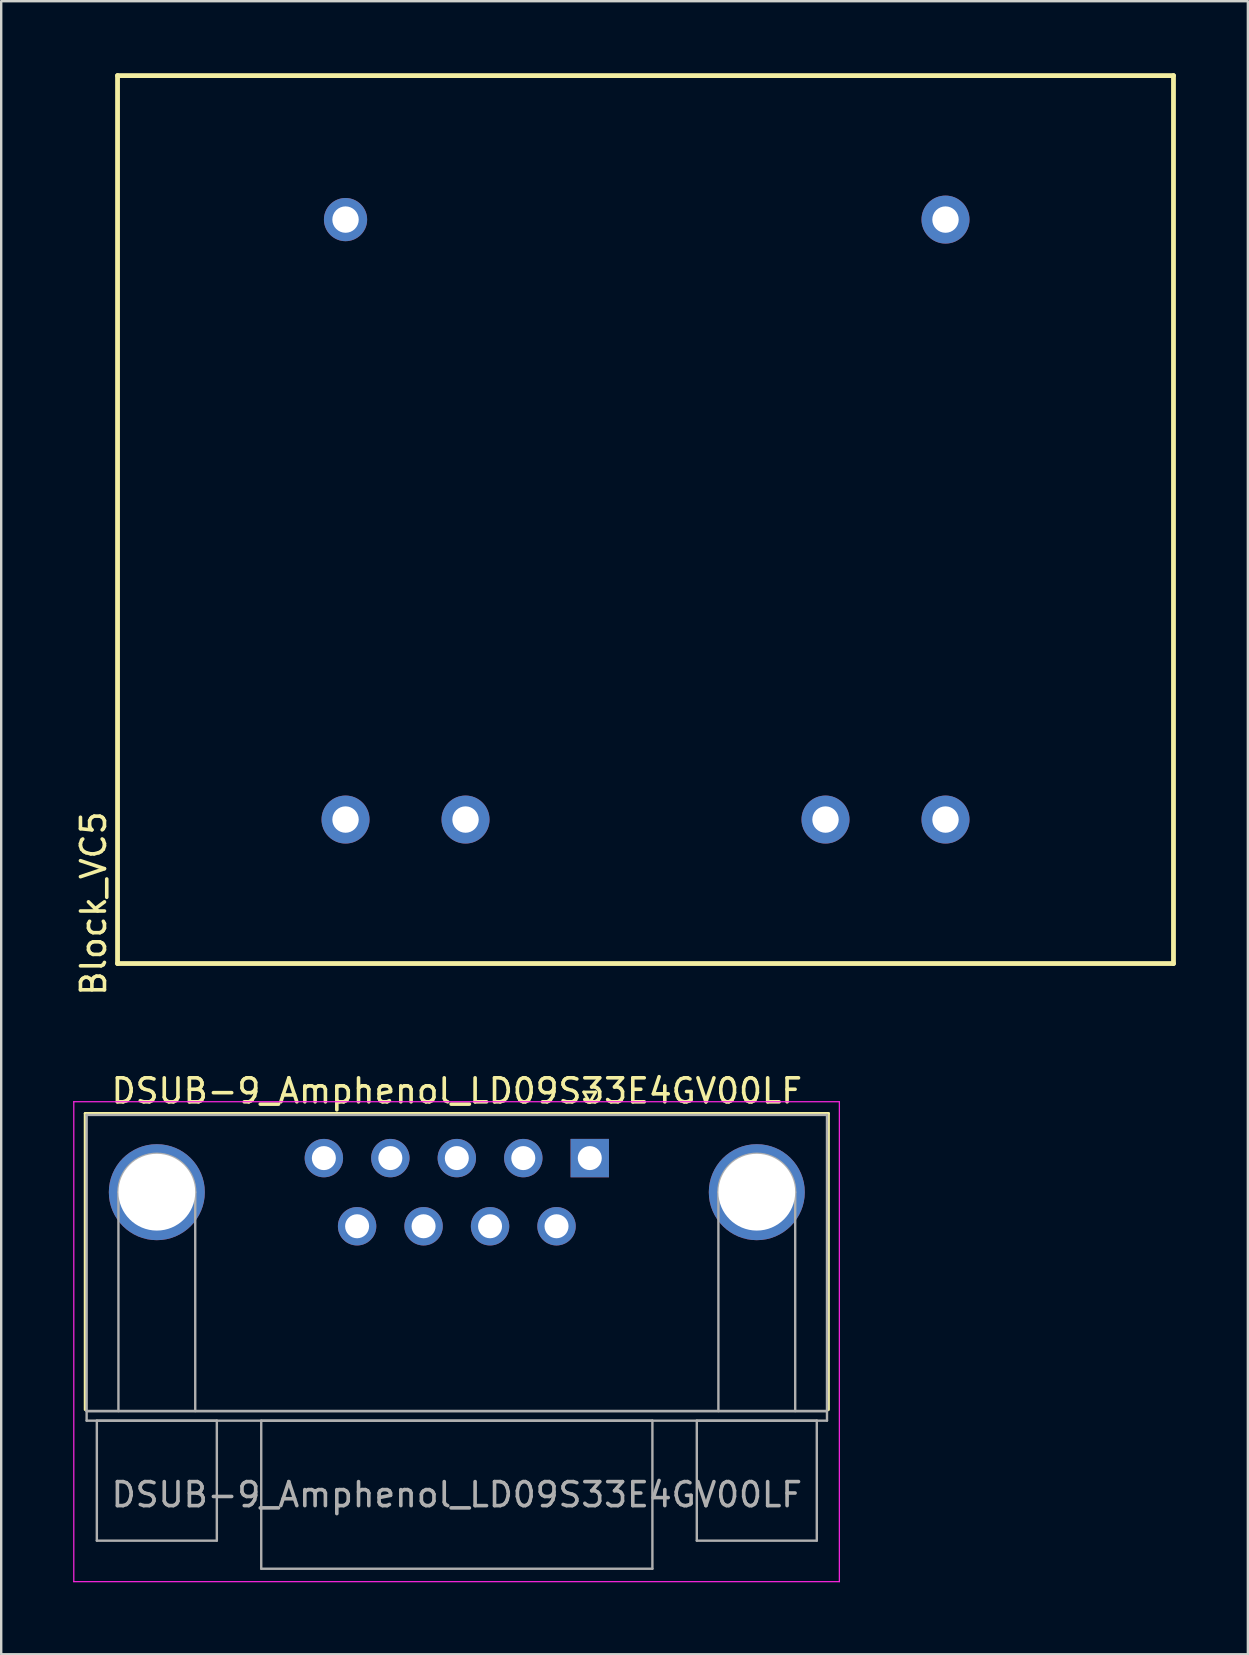
<source format=kicad_pcb>
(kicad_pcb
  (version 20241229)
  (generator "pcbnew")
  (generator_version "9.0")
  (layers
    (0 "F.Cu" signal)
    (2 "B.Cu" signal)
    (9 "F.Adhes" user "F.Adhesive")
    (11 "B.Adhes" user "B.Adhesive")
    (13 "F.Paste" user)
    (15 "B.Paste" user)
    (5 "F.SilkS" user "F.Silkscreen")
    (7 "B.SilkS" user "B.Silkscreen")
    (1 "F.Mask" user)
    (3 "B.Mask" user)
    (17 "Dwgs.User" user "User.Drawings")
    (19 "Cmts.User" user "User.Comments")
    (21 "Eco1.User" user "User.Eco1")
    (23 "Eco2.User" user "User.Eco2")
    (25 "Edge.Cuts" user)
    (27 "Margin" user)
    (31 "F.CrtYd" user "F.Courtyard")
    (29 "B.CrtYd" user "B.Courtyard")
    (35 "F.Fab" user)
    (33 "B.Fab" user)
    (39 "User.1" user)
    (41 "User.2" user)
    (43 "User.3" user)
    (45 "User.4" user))
  (footprint "DSUB-9_Amphenol_LD09S33E4GV00LF"
    (layer "F.Cu")
    (at 21.525 45.207)
    (property "Reference" "DSUB-9_Amphenol_LD09S33E4GV00LF" (at -5.54 -2.8 0) (layer "F.SilkS") (effects (font (size 1 1) (thickness 0.15))))
    (attr through_hole)
    (fp_line (start -21.025 -1.86) (end 9.945 -1.86) (stroke (width 0.12) (type solid)) (layer "F.SilkS"))
    (fp_line (start -21.025 10.48) (end -21.025 -1.86) (stroke (width 0.12) (type solid)) (layer "F.SilkS"))
    (fp_line (start -0.25 -2.754) (end 0.25 -2.754) (stroke (width 0.12) (type solid)) (layer "F.SilkS"))
    (fp_line (start 0 -2.321) (end -0.25 -2.754) (stroke (width 0.12) (type solid)) (layer "F.SilkS"))
    (fp_line (start 0.25 -2.754) (end 0 -2.321) (stroke (width 0.12) (type solid)) (layer "F.SilkS"))
    (fp_line (start 9.945 -1.86) (end 9.945 10.48) (stroke (width 0.12) (type solid)) (layer "F.SilkS"))
    (fp_line (start -21.5 -2.35) (end -21.5 17.65) (stroke (width 0.05) (type solid)) (layer "F.CrtYd"))
    (fp_line (start -21.5 17.65) (end 10.4 17.65) (stroke (width 0.05) (type solid)) (layer "F.CrtYd"))
    (fp_line (start 10.4 -2.35) (end -21.5 -2.35) (stroke (width 0.05) (type solid)) (layer "F.CrtYd"))
    (fp_line (start 10.4 17.65) (end 10.4 -2.35) (stroke (width 0.05) (type solid)) (layer "F.CrtYd"))
    (fp_line (start -20.965 -1.8) (end -20.965 10.54) (stroke (width 0.1) (type solid)) (layer "F.Fab"))
    (fp_line (start -20.965 10.54) (end -20.965 10.94) (stroke (width 0.1) (type solid)) (layer "F.Fab"))
    (fp_line (start -20.965 10.54) (end 9.885 10.54) (stroke (width 0.1) (type solid)) (layer "F.Fab"))
    (fp_line (start -20.965 10.94) (end 9.885 10.94) (stroke (width 0.1) (type solid)) (layer "F.Fab"))
    (fp_line (start -20.54 10.94) (end -20.54 15.94) (stroke (width 0.1) (type solid)) (layer "F.Fab"))
    (fp_line (start -20.54 15.94) (end -15.54 15.94) (stroke (width 0.1) (type solid)) (layer "F.Fab"))
    (fp_line (start -19.64 10.54) (end -19.64 1.42) (stroke (width 0.1) (type solid)) (layer "F.Fab"))
    (fp_line (start -16.44 10.54) (end -16.44 1.42) (stroke (width 0.1) (type solid)) (layer "F.Fab"))
    (fp_line (start -15.54 10.94) (end -20.54 10.94) (stroke (width 0.1) (type solid)) (layer "F.Fab"))
    (fp_line (start -15.54 15.94) (end -15.54 10.94) (stroke (width 0.1) (type solid)) (layer "F.Fab"))
    (fp_line (start -13.69 10.94) (end -13.69 17.11) (stroke (width 0.1) (type solid)) (layer "F.Fab"))
    (fp_line (start -13.69 17.11) (end 2.61 17.11) (stroke (width 0.1) (type solid)) (layer "F.Fab"))
    (fp_line (start 2.61 10.94) (end -13.69 10.94) (stroke (width 0.1) (type solid)) (layer "F.Fab"))
    (fp_line (start 2.61 17.11) (end 2.61 10.94) (stroke (width 0.1) (type solid)) (layer "F.Fab"))
    (fp_line (start 4.46 10.94) (end 4.46 15.94) (stroke (width 0.1) (type solid)) (layer "F.Fab"))
    (fp_line (start 4.46 15.94) (end 9.46 15.94) (stroke (width 0.1) (type solid)) (layer "F.Fab"))
    (fp_line (start 5.36 10.54) (end 5.36 1.42) (stroke (width 0.1) (type solid)) (layer "F.Fab"))
    (fp_line (start 8.56 10.54) (end 8.56 1.42) (stroke (width 0.1) (type solid)) (layer "F.Fab"))
    (fp_line (start 9.46 10.94) (end 4.46 10.94) (stroke (width 0.1) (type solid)) (layer "F.Fab"))
    (fp_line (start 9.46 15.94) (end 9.46 10.94) (stroke (width 0.1) (type solid)) (layer "F.Fab"))
    (fp_line (start 9.885 -1.8) (end -20.965 -1.8) (stroke (width 0.1) (type solid)) (layer "F.Fab"))
    (fp_line (start 9.885 10.54) (end -20.965 10.54) (stroke (width 0.1) (type solid)) (layer "F.Fab"))
    (fp_line (start 9.885 10.54) (end 9.885 -1.8) (stroke (width 0.1) (type solid)) (layer "F.Fab"))
    (fp_line (start 9.885 10.94) (end 9.885 10.54) (stroke (width 0.1) (type solid)) (layer "F.Fab"))
    (fp_arc (start -19.64 1.42) (mid -18.04 -0.18) (end -16.44 1.42) (stroke (width 0.1) (type solid)) (layer "F.Fab"))
    (fp_arc (start 5.36 1.42) (mid 6.96 -0.18) (end 8.56 1.42) (stroke (width 0.1) (type solid)) (layer "F.Fab"))
    (fp_text user "${REFERENCE}" (at -5.54 14.025 0) (layer "F.Fab") (effects (font (size 1 1) (thickness 0.15))))
    (pad "0" thru_hole circle (at -18.04 1.42) (size 4 4) (drill 3.2) (layers "*.Cu" "*.Mask"))
    (pad "0" thru_hole circle (at 6.96 1.42) (size 4 4) (drill 3.2) (layers "*.Cu" "*.Mask"))
    (pad "1" thru_hole rect (at 0 0) (size 1.6 1.6) (drill 1) (layers "*.Cu" "*.Mask"))
    (pad "2" thru_hole circle (at -2.77 0) (size 1.6 1.6) (drill 1) (layers "*.Cu" "*.Mask"))
    (pad "3" thru_hole circle (at -5.54 0) (size 1.6 1.6) (drill 1) (layers "*.Cu" "*.Mask"))
    (pad "4" thru_hole circle (at -8.31 0) (size 1.6 1.6) (drill 1) (layers "*.Cu" "*.Mask"))
    (pad "5" thru_hole circle (at -11.08 0) (size 1.6 1.6) (drill 1) (layers "*.Cu" "*.Mask"))
    (pad "6" thru_hole circle (at -1.385 2.84) (size 1.6 1.6) (drill 1) (layers "*.Cu" "*.Mask"))
    (pad "7" thru_hole circle (at -4.155 2.84) (size 1.6 1.6) (drill 1) (layers "*.Cu" "*.Mask"))
    (pad "8" thru_hole circle (at -6.925 2.84) (size 1.6 1.6) (drill 1) (layers "*.Cu" "*.Mask"))
    (pad "9" thru_hole circle (at -9.695 2.84) (size 1.6 1.6) (drill 1) (layers "*.Cu" "*.Mask")))
  (footprint "Block_VC5"
    (layer "F.Cu")
    (at 23.848 18.6)
    (property "Reference" "Block_VC5" (at -23 16 90) (layer "F.SilkS") (effects (font (size 1 1) (thickness 0.15))))
    (attr through_hole)
    (fp_line (start -22 -18.5) (end 22 -18.5) (stroke (width 0.2) (type solid)) (layer "F.SilkS"))
    (fp_line (start -22 18.5) (end -22 -18.5) (stroke (width 0.2) (type solid)) (layer "F.SilkS"))
    (fp_line (start 22 -18.5) (end 22 18.5) (stroke (width 0.2) (type solid)) (layer "F.SilkS"))
    (fp_line (start 22 18.5) (end -22 18.5) (stroke (width 0.2) (type solid)) (layer "F.SilkS"))
    (pad "1" thru_hole circle (at 12.5 -12.5) (size 2 2) (drill 1.1) (layers "*.Cu" "*.Mask"))
    (pad "2" thru_hole circle (at -12.5 -12.5) (size 1.8 1.8) (drill 1.1) (layers "*.Cu" "*.Mask"))
    (pad "3" thru_hole circle (at 12.5 12.5) (size 2 2) (drill 1.1) (layers "*.Cu" "*.Mask"))
    (pad "4" thru_hole circle (at 7.5 12.5) (size 2 2) (drill 1.1) (layers "*.Cu" "*.Mask"))
    (pad "5" thru_hole circle (at -7.5 12.5) (size 2 2) (drill 1.1) (layers "*.Cu" "*.Mask"))
    (pad "6" thru_hole circle (at -12.5 12.5) (size 2 2) (drill 1.1) (layers "*.Cu" "*.Mask")))
  (gr_rect
    (start -3 -3)
    (end 48.948 65.882)
    (stroke (width 0.1) (type default))
    (fill no)
    (layer "Edge.Cuts")))
</source>
